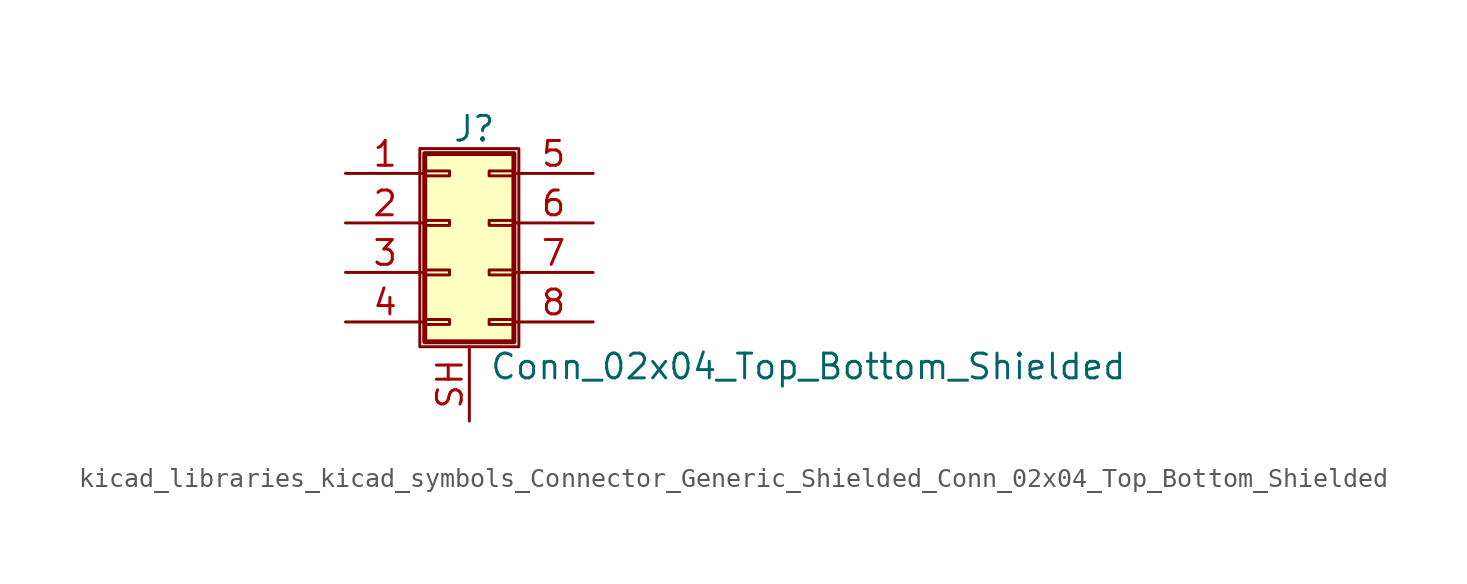
<source format=kicad_sym>
(kicad_symbol_lib
  (version 20220914)
  (generator kicad_symbol_editor)
  (symbol "kicad_libraries_kicad_symbols_Connector_Generic_Shielded_Conn_02x04_Top_Bottom_Shielded"
    (pin_names
      (offset 1.016) hide)
    (property "Reference" "J"
      (at 1.524 4.826 0)
      (effects (font (size 1.27 1.27))))
    (property "Value" "Conn_02x04_Top_Bottom_Shielded"
      (at 2.286 -7.366 0)
      (effects (font (size 1.27 1.27)) (justify left)))
    (symbol "kicad_libraries_kicad_symbols_Connector_Generic_Shielded_Conn_02x04_Top_Bottom_Shielded_1_1"
      (rectangle (start -1.27 3.81) (end 3.81 -6.35) (stroke (width 0.152) (type default)) (fill (type none)))
      (rectangle (start -1.016 -4.953) (end 0.254 -5.207) (stroke (width 0.152) (type default)) (fill (type none)))
      (rectangle (start -1.016 -2.413) (end 0.254 -2.667) (stroke (width 0.152) (type default)) (fill (type none)))
      (rectangle (start -1.016 0.127) (end 0.254 -0.127) (stroke (width 0.152) (type default)) (fill (type none)))
      (rectangle (start -1.016 2.667) (end 0.254 2.413) (stroke (width 0.152) (type default)) (fill (type none)))
      (rectangle (start -1.016 3.556) (end 3.556 -6.096) (stroke (width 0.254) (type default)) (fill (type background)))
      (rectangle (start 3.556 -4.953) (end 2.286 -5.207) (stroke (width 0.152) (type default)) (fill (type none)))
      (rectangle (start 3.556 -2.413) (end 2.286 -2.667) (stroke (width 0.152) (type default)) (fill (type none)))
      (rectangle (start 3.556 0.127) (end 2.286 -0.127) (stroke (width 0.152) (type default)) (fill (type none)))
      (rectangle (start 3.556 2.667) (end 2.286 2.413) (stroke (width 0.152) (type default)) (fill (type none)))
      (pin passive line (at -5.08 2.54 0) (length 4.064) (name "Pin_1" (effects (font (size 1.27 1.27)))) (number "1" (effects (font (size 1.27 1.27)))))
      (pin passive line (at -5.08 0 0) (length 4.064) (name "Pin_2" (effects (font (size 1.27 1.27)))) (number "2" (effects (font (size 1.27 1.27)))))
      (pin passive line (at -5.08 -2.54 0) (length 4.064) (name "Pin_3" (effects (font (size 1.27 1.27)))) (number "3" (effects (font (size 1.27 1.27)))))
      (pin passive line (at -5.08 -5.08 0) (length 4.064) (name "Pin_4" (effects (font (size 1.27 1.27)))) (number "4" (effects (font (size 1.27 1.27)))))
      (pin passive line (at 7.62 2.54 180) (length 4.064) (name "Pin_5" (effects (font (size 1.27 1.27)))) (number "5" (effects (font (size 1.27 1.27)))))
      (pin passive line (at 7.62 0 180) (length 4.064) (name "Pin_6" (effects (font (size 1.27 1.27)))) (number "6" (effects (font (size 1.27 1.27)))))
      (pin passive line (at 7.62 -2.54 180) (length 4.064) (name "Pin_7" (effects (font (size 1.27 1.27)))) (number "7" (effects (font (size 1.27 1.27)))))
      (pin passive line (at 7.62 -5.08 180) (length 4.064) (name "Pin_8" (effects (font (size 1.27 1.27)))) (number "8" (effects (font (size 1.27 1.27)))))
      (pin passive line (at 1.27 -10.16 90) (length 3.81) (name "Shield" (effects (font (size 1.27 1.27)))) (number "SH" (effects (font (size 1.27 1.27))))))))
</source>
